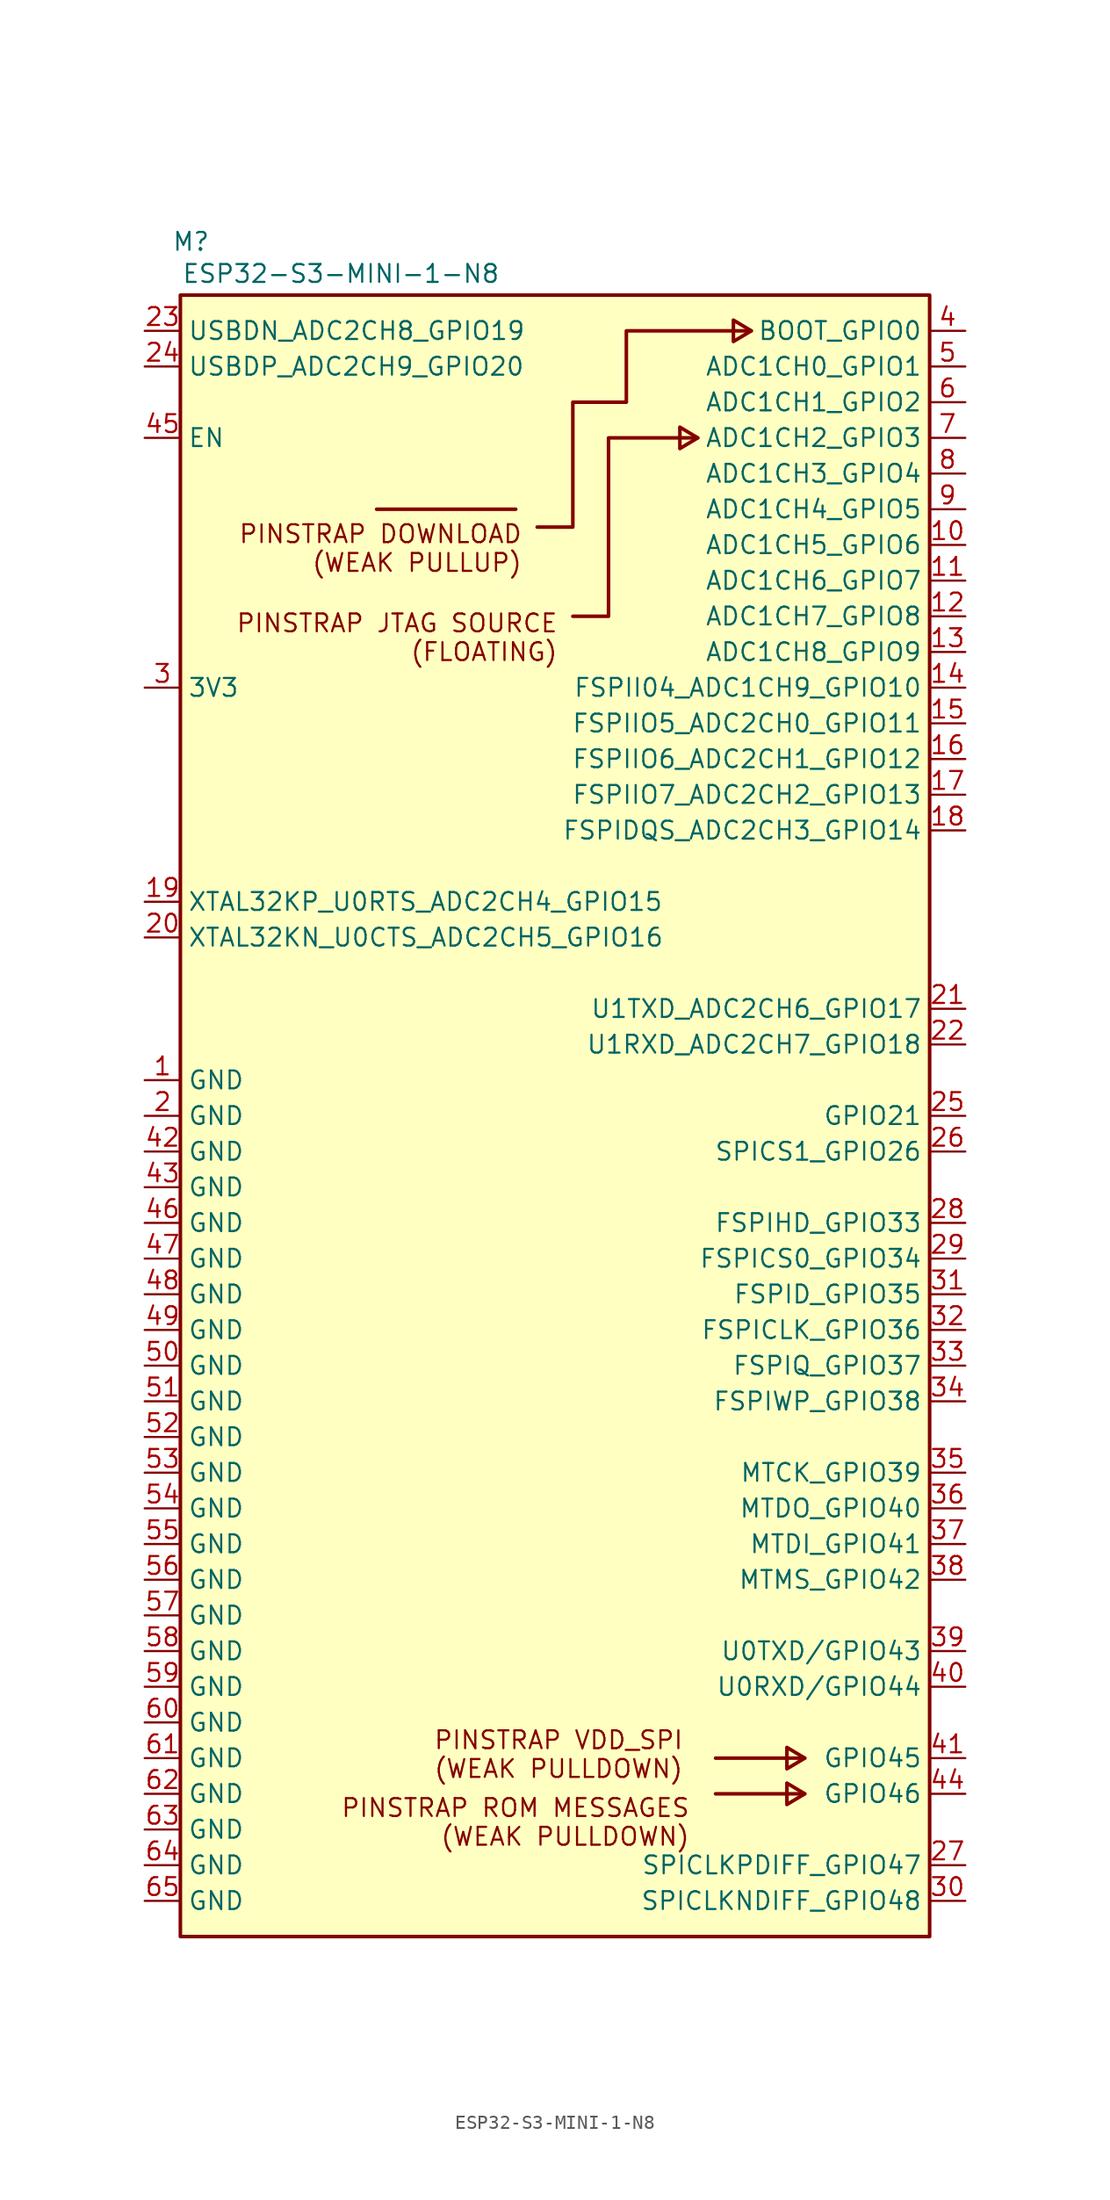
<source format=kicad_sym>
(kicad_symbol_lib
  (version 20231120)
  (generator "kicad_symbol_editor")
  (generator_version "8.0")
  (symbol "ESP32-S3-MINI-1-N8"
    (property "Reference" "M"
      (at 0.762 120.65 0)
      (effects (font (size 1.27 1.27))))
    (property "Value" "ESP32-S3-MINI-1-N8"
      (at 11.43 118.364 0)
      (effects (font (size 1.27 1.27))))
    (symbol "ESP32-S3-MINI-1-N8_1_0"
      (polyline (pts (xy 13.97 101.6) (xy 23.876 101.6)) (stroke (width 0.254) (type solid)) (fill (type none)))
      (polyline (pts (xy 44.45 10.16) (xy 38.1 10.16)) (stroke (width 0.254) (type solid)) (fill (type none)))
      (polyline (pts (xy 44.45 12.7) (xy 38.1 12.7)) (stroke (width 0.254) (type solid)) (fill (type none)))
      (polyline (pts (xy 36.83 106.68) (xy 30.48 106.68) (xy 30.48 93.98) (xy 27.94 93.98)) (stroke (width 0.254) (type solid)) (fill (type none)))
      (polyline (pts (xy 36.83 106.68) (xy 35.56 107.442) (xy 35.56 105.918) (xy 36.83 106.68)) (stroke (width 0.254) (type solid)) (fill (type none)))
      (polyline (pts (xy 40.64 114.3) (xy 39.37 115.062) (xy 39.37 113.538) (xy 40.64 114.3)) (stroke (width 0.254) (type solid)) (fill (type none)))
      (polyline (pts (xy 44.45 10.16) (xy 43.18 10.922) (xy 43.18 9.398) (xy 44.45 10.16)) (stroke (width 0.254) (type solid)) (fill (type none)))
      (polyline (pts (xy 44.45 12.7) (xy 43.18 13.462) (xy 43.18 11.938) (xy 44.45 12.7)) (stroke (width 0.254) (type solid)) (fill (type none)))
      (polyline (pts (xy 40.64 114.3) (xy 31.75 114.3) (xy 31.75 109.22) (xy 27.94 109.22) (xy 27.94 100.33) (xy 25.4 100.33)) (stroke (width 0.254) (type solid)) (fill (type none)))
      (rectangle (start 0 116.84) (end 53.34 0) (stroke (width 0.254) (type solid) (color 128 0 0 1)) (fill (type background)))
      (text_box "PINSTRAP DOWNLOAD\n(WEAK PULLUP)" (at 2.54 101.6 0) (size 22.86 -5.08) (stroke (width -0.0001) (type default)) (fill (type none)) (effects (font (size 1.27 1.27)) (justify right top)))
      (text_box "PINSTRAP JTAG SOURCE\n(FLOATING)" (at 2.54 95.25 0) (size 25.4 -5.08) (stroke (width -0.0001) (type default)) (fill (type none)) (effects (font (size 1.27 1.27)) (justify right top)))
      (text_box "PINSTRAP ROM MESSAGES\n(WEAK PULLDOWN)" (at 10.16 10.922 0) (size 27.178 -5.842) (stroke (width -0.0001) (type default)) (fill (type none)) (effects (font (size 1.27 1.27)) (justify right top)))
      (text_box "PINSTRAP VDD_SPI\n(WEAK PULLDOWN)" (at 16.51 15.748 0) (size 20.828 -5.588) (stroke (width -0.0001) (type default)) (fill (type none)) (effects (font (size 1.27 1.27)) (justify top)))
      (pin passive line (at -2.54 60.96 0) (length 2.54) (name "GND" (effects (font (size 1.27 1.27)))) (number "1" (effects (font (size 1.27 1.27)))))
      (pin passive line (at 55.88 99.06 180) (length 2.54) (name "ADC1CH5_GPIO6" (effects (font (size 1.27 1.27)))) (number "10" (effects (font (size 1.27 1.27)))))
      (pin passive line (at 55.88 96.52 180) (length 2.54) (name "ADC1CH6_GPIO7" (effects (font (size 1.27 1.27)))) (number "11" (effects (font (size 1.27 1.27)))))
      (pin passive line (at 55.88 93.98 180) (length 2.54) (name "ADC1CH7_GPIO8" (effects (font (size 1.27 1.27)))) (number "12" (effects (font (size 1.27 1.27)))))
      (pin passive line (at 55.88 91.44 180) (length 2.54) (name "ADC1CH8_GPIO9" (effects (font (size 1.27 1.27)))) (number "13" (effects (font (size 1.27 1.27)))))
      (pin passive line (at 55.88 88.9 180) (length 2.54) (name "FSPII04_ADC1CH9_GPIO10" (effects (font (size 1.27 1.27)))) (number "14" (effects (font (size 1.27 1.27)))))
      (pin passive line (at 55.88 86.36 180) (length 2.54) (name "FSPIIO5_ADC2CH0_GPIO11" (effects (font (size 1.27 1.27)))) (number "15" (effects (font (size 1.27 1.27)))))
      (pin passive line (at 55.88 83.82 180) (length 2.54) (name "FSPIIO6_ADC2CH1_GPIO12" (effects (font (size 1.27 1.27)))) (number "16" (effects (font (size 1.27 1.27)))))
      (pin passive line (at 55.88 81.28 180) (length 2.54) (name "FSPIIO7_ADC2CH2_GPIO13" (effects (font (size 1.27 1.27)))) (number "17" (effects (font (size 1.27 1.27)))))
      (pin passive line (at 55.88 78.74 180) (length 2.54) (name "FSPIDQS_ADC2CH3_GPIO14" (effects (font (size 1.27 1.27)))) (number "18" (effects (font (size 1.27 1.27)))))
      (pin passive line (at -2.54 73.66 0) (length 2.54) (name "XTAL32KP_U0RTS_ADC2CH4_GPIO15" (effects (font (size 1.27 1.27)))) (number "19" (effects (font (size 1.27 1.27)))))
      (pin passive line (at -2.54 58.42 0) (length 2.54) (name "GND" (effects (font (size 1.27 1.27)))) (number "2" (effects (font (size 1.27 1.27)))))
      (pin passive line (at -2.54 71.12 0) (length 2.54) (name "XTAL32KN_U0CTS_ADC2CH5_GPIO16" (effects (font (size 1.27 1.27)))) (number "20" (effects (font (size 1.27 1.27)))))
      (pin passive line (at 55.88 66.04 180) (length 2.54) (name "U1TXD_ADC2CH6_GPIO17" (effects (font (size 1.27 1.27)))) (number "21" (effects (font (size 1.27 1.27)))))
      (pin passive line (at 55.88 63.5 180) (length 2.54) (name "U1RXD_ADC2CH7_GPIO18" (effects (font (size 1.27 1.27)))) (number "22" (effects (font (size 1.27 1.27)))))
      (pin passive line (at -2.54 114.3 0) (length 2.54) (name "USBDN_ADC2CH8_GPIO19" (effects (font (size 1.27 1.27)))) (number "23" (effects (font (size 1.27 1.27)))))
      (pin passive line (at -2.54 111.76 0) (length 2.54) (name "USBDP_ADC2CH9_GPIO20" (effects (font (size 1.27 1.27)))) (number "24" (effects (font (size 1.27 1.27)))))
      (pin passive line (at 55.88 58.42 180) (length 2.54) (name "GPIO21" (effects (font (size 1.27 1.27)))) (number "25" (effects (font (size 1.27 1.27)))))
      (pin passive line (at 55.88 55.88 180) (length 2.54) (name "SPICS1_GPIO26" (effects (font (size 1.27 1.27)))) (number "26" (effects (font (size 1.27 1.27)))))
      (pin passive line (at 55.88 5.08 180) (length 2.54) (name "SPICLKPDIFF_GPIO47" (effects (font (size 1.27 1.27)))) (number "27" (effects (font (size 1.27 1.27)))))
      (pin passive line (at 55.88 50.8 180) (length 2.54) (name "FSPIHD_GPIO33" (effects (font (size 1.27 1.27)))) (number "28" (effects (font (size 1.27 1.27)))))
      (pin passive line (at 55.88 48.26 180) (length 2.54) (name "FSPICS0_GPIO34" (effects (font (size 1.27 1.27)))) (number "29" (effects (font (size 1.27 1.27)))))
      (pin passive line (at -2.54 88.9 0) (length 2.54) (name "3V3" (effects (font (size 1.27 1.27)))) (number "3" (effects (font (size 1.27 1.27)))))
      (pin passive line (at 55.88 2.54 180) (length 2.54) (name "SPICLKNDIFF_GPIO48" (effects (font (size 1.27 1.27)))) (number "30" (effects (font (size 1.27 1.27)))))
      (pin passive line (at 55.88 45.72 180) (length 2.54) (name "FSPID_GPIO35" (effects (font (size 1.27 1.27)))) (number "31" (effects (font (size 1.27 1.27)))))
      (pin passive line (at 55.88 43.18 180) (length 2.54) (name "FSPICLK_GPIO36" (effects (font (size 1.27 1.27)))) (number "32" (effects (font (size 1.27 1.27)))))
      (pin passive line (at 55.88 40.64 180) (length 2.54) (name "FSPIQ_GPIO37" (effects (font (size 1.27 1.27)))) (number "33" (effects (font (size 1.27 1.27)))))
      (pin passive line (at 55.88 38.1 180) (length 2.54) (name "FSPIWP_GPIO38" (effects (font (size 1.27 1.27)))) (number "34" (effects (font (size 1.27 1.27)))))
      (pin passive line (at 55.88 33.02 180) (length 2.54) (name "MTCK_GPIO39" (effects (font (size 1.27 1.27)))) (number "35" (effects (font (size 1.27 1.27)))))
      (pin passive line (at 55.88 30.48 180) (length 2.54) (name "MTDO_GPIO40" (effects (font (size 1.27 1.27)))) (number "36" (effects (font (size 1.27 1.27)))))
      (pin passive line (at 55.88 27.94 180) (length 2.54) (name "MTDI_GPIO41" (effects (font (size 1.27 1.27)))) (number "37" (effects (font (size 1.27 1.27)))))
      (pin passive line (at 55.88 25.4 180) (length 2.54) (name "MTMS_GPIO42" (effects (font (size 1.27 1.27)))) (number "38" (effects (font (size 1.27 1.27)))))
      (pin passive line (at 55.88 20.32 180) (length 2.54) (name "U0TXD/GPIO43" (effects (font (size 1.27 1.27)))) (number "39" (effects (font (size 1.27 1.27)))))
      (pin passive line (at 55.88 114.3 180) (length 2.54) (name "BOOT_GPIO0" (effects (font (size 1.27 1.27)))) (number "4" (effects (font (size 1.27 1.27)))))
      (pin passive line (at 55.88 17.78 180) (length 2.54) (name "U0RXD/GPIO44" (effects (font (size 1.27 1.27)))) (number "40" (effects (font (size 1.27 1.27)))))
      (pin passive line (at 55.88 12.7 180) (length 2.54) (name "GPIO45" (effects (font (size 1.27 1.27)))) (number "41" (effects (font (size 1.27 1.27)))))
      (pin passive line (at -2.54 55.88 0) (length 2.54) (name "GND" (effects (font (size 1.27 1.27)))) (number "42" (effects (font (size 1.27 1.27)))))
      (pin passive line (at -2.54 53.34 0) (length 2.54) (name "GND" (effects (font (size 1.27 1.27)))) (number "43" (effects (font (size 1.27 1.27)))))
      (pin passive line (at 55.88 10.16 180) (length 2.54) (name "GPIO46" (effects (font (size 1.27 1.27)))) (number "44" (effects (font (size 1.27 1.27)))))
      (pin passive line (at -2.54 106.68 0) (length 2.54) (name "EN" (effects (font (size 1.27 1.27)))) (number "45" (effects (font (size 1.27 1.27)))))
      (pin passive line (at -2.54 50.8 0) (length 2.54) (name "GND" (effects (font (size 1.27 1.27)))) (number "46" (effects (font (size 1.27 1.27)))))
      (pin passive line (at -2.54 48.26 0) (length 2.54) (name "GND" (effects (font (size 1.27 1.27)))) (number "47" (effects (font (size 1.27 1.27)))))
      (pin passive line (at -2.54 45.72 0) (length 2.54) (name "GND" (effects (font (size 1.27 1.27)))) (number "48" (effects (font (size 1.27 1.27)))))
      (pin passive line (at -2.54 43.18 0) (length 2.54) (name "GND" (effects (font (size 1.27 1.27)))) (number "49" (effects (font (size 1.27 1.27)))))
      (pin passive line (at 55.88 111.76 180) (length 2.54) (name "ADC1CH0_GPIO1" (effects (font (size 1.27 1.27)))) (number "5" (effects (font (size 1.27 1.27)))))
      (pin passive line (at -2.54 40.64 0) (length 2.54) (name "GND" (effects (font (size 1.27 1.27)))) (number "50" (effects (font (size 1.27 1.27)))))
      (pin passive line (at -2.54 38.1 0) (length 2.54) (name "GND" (effects (font (size 1.27 1.27)))) (number "51" (effects (font (size 1.27 1.27)))))
      (pin passive line (at -2.54 35.56 0) (length 2.54) (name "GND" (effects (font (size 1.27 1.27)))) (number "52" (effects (font (size 1.27 1.27)))))
      (pin passive line (at -2.54 33.02 0) (length 2.54) (name "GND" (effects (font (size 1.27 1.27)))) (number "53" (effects (font (size 1.27 1.27)))))
      (pin passive line (at -2.54 30.48 0) (length 2.54) (name "GND" (effects (font (size 1.27 1.27)))) (number "54" (effects (font (size 1.27 1.27)))))
      (pin passive line (at -2.54 27.94 0) (length 2.54) (name "GND" (effects (font (size 1.27 1.27)))) (number "55" (effects (font (size 1.27 1.27)))))
      (pin passive line (at -2.54 25.4 0) (length 2.54) (name "GND" (effects (font (size 1.27 1.27)))) (number "56" (effects (font (size 1.27 1.27)))))
      (pin passive line (at -2.54 22.86 0) (length 2.54) (name "GND" (effects (font (size 1.27 1.27)))) (number "57" (effects (font (size 1.27 1.27)))))
      (pin passive line (at -2.54 20.32 0) (length 2.54) (name "GND" (effects (font (size 1.27 1.27)))) (number "58" (effects (font (size 1.27 1.27)))))
      (pin passive line (at -2.54 17.78 0) (length 2.54) (name "GND" (effects (font (size 1.27 1.27)))) (number "59" (effects (font (size 1.27 1.27)))))
      (pin passive line (at 55.88 109.22 180) (length 2.54) (name "ADC1CH1_GPIO2" (effects (font (size 1.27 1.27)))) (number "6" (effects (font (size 1.27 1.27)))))
      (pin passive line (at -2.54 15.24 0) (length 2.54) (name "GND" (effects (font (size 1.27 1.27)))) (number "60" (effects (font (size 1.27 1.27)))))
      (pin passive line (at -2.54 12.7 0) (length 2.54) (name "GND" (effects (font (size 1.27 1.27)))) (number "61" (effects (font (size 1.27 1.27)))))
      (pin passive line (at -2.54 10.16 0) (length 2.54) (name "GND" (effects (font (size 1.27 1.27)))) (number "62" (effects (font (size 1.27 1.27)))))
      (pin passive line (at -2.54 7.62 0) (length 2.54) (name "GND" (effects (font (size 1.27 1.27)))) (number "63" (effects (font (size 1.27 1.27)))))
      (pin passive line (at -2.54 5.08 0) (length 2.54) (name "GND" (effects (font (size 1.27 1.27)))) (number "64" (effects (font (size 1.27 1.27)))))
      (pin passive line (at -2.54 2.54 0) (length 2.54) (name "GND" (effects (font (size 1.27 1.27)))) (number "65" (effects (font (size 1.27 1.27)))))
      (pin passive line (at 55.88 106.68 180) (length 2.54) (name "ADC1CH2_GPIO3" (effects (font (size 1.27 1.27)))) (number "7" (effects (font (size 1.27 1.27)))))
      (pin passive line (at 55.88 104.14 180) (length 2.54) (name "ADC1CH3_GPIO4" (effects (font (size 1.27 1.27)))) (number "8" (effects (font (size 1.27 1.27)))))
      (pin passive line (at 55.88 101.6 180) (length 2.54) (name "ADC1CH4_GPIO5" (effects (font (size 1.27 1.27)))) (number "9" (effects (font (size 1.27 1.27))))))))
</source>
